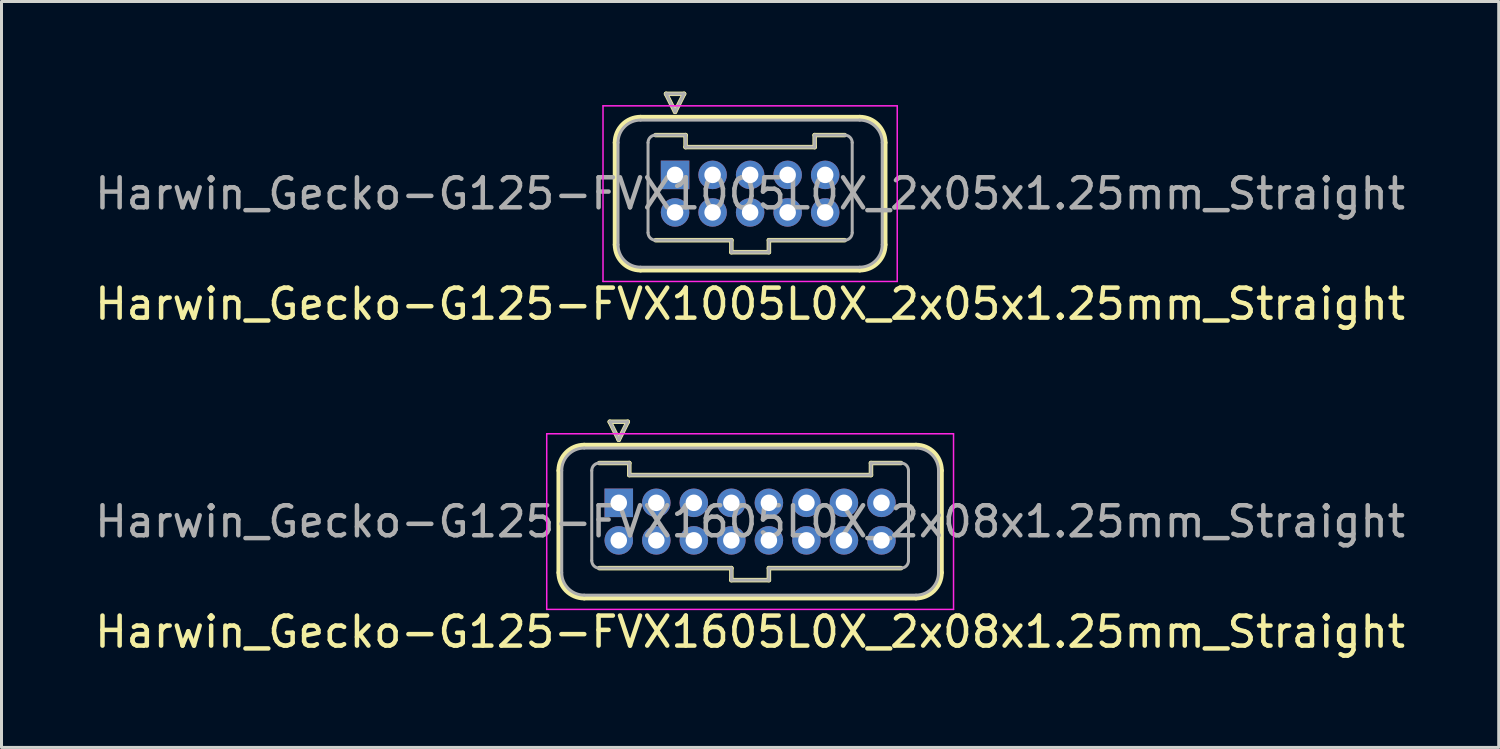
<source format=kicad_pcb>
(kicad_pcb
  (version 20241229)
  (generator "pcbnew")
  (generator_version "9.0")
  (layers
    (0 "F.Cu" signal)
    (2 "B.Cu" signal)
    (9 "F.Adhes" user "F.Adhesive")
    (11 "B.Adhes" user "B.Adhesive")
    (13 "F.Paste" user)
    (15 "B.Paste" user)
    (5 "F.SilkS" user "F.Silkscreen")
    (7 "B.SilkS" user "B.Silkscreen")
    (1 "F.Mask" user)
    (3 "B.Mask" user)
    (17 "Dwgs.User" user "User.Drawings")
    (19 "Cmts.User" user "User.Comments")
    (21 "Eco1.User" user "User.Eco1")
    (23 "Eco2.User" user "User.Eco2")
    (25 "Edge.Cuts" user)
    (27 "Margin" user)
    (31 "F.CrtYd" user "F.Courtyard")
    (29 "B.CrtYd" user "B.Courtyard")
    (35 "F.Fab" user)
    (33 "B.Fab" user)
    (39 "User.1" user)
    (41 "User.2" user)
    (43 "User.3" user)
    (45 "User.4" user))
  (footprint "Harwin_Gecko-G125-FVX1005L0X_2x05x1.25mm_Straight"
    (layer "F.Cu")
    (at 19.435 2.775)
    (property "Reference" "Harwin_Gecko-G125-FVX1005L0X_2x05x1.25mm_Straight" (at 2.5 4.3 0) (layer "F.SilkS") (effects (font (size 1 1) (thickness 0.15))))
    (attr through_hole)
    (fp_line (start -2 -1.075) (end -2 2.325) (stroke (width 0.15) (type solid)) (layer "F.SilkS"))
    (fp_line (start -1.15 -1.925) (end 6.15 -1.925) (stroke (width 0.15) (type solid)) (layer "F.SilkS"))
    (fp_line (start -1.15 3.175) (end 6.15 3.175) (stroke (width 0.15) (type solid)) (layer "F.SilkS"))
    (fp_line (start -0.65 -1.325) (end 0.35 -1.325) (stroke (width 0.15) (type solid)) (layer "F.SilkS"))
    (fp_line (start -0.65 2.175) (end 1.875 2.175) (stroke (width 0.15) (type solid)) (layer "F.SilkS"))
    (fp_line (start -0.3 -2.7) (end 0.3 -2.7) (stroke (width 0.15) (type solid)) (layer "F.SilkS"))
    (fp_line (start 0 -2.1) (end -0.3 -2.7) (stroke (width 0.15) (type solid)) (layer "F.SilkS"))
    (fp_line (start 0.3 -2.7) (end 0 -2.1) (stroke (width 0.15) (type solid)) (layer "F.SilkS"))
    (fp_line (start 0.35 -1.325) (end 0.35 -0.925) (stroke (width 0.15) (type solid)) (layer "F.SilkS"))
    (fp_line (start 0.35 -0.925) (end 4.65 -0.925) (stroke (width 0.15) (type solid)) (layer "F.SilkS"))
    (fp_line (start 1.875 2.175) (end 1.875 2.575) (stroke (width 0.15) (type solid)) (layer "F.SilkS"))
    (fp_line (start 1.875 2.575) (end 3.125 2.575) (stroke (width 0.15) (type solid)) (layer "F.SilkS"))
    (fp_line (start 3.125 2.175) (end 5.65 2.175) (stroke (width 0.15) (type solid)) (layer "F.SilkS"))
    (fp_line (start 3.125 2.575) (end 3.125 2.175) (stroke (width 0.15) (type solid)) (layer "F.SilkS"))
    (fp_line (start 4.65 -1.325) (end 5.65 -1.325) (stroke (width 0.15) (type solid)) (layer "F.SilkS"))
    (fp_line (start 4.65 -0.925) (end 4.65 -1.325) (stroke (width 0.15) (type solid)) (layer "F.SilkS"))
    (fp_line (start 7 -1.075) (end 7 2.325) (stroke (width 0.15) (type solid)) (layer "F.SilkS"))
    (fp_arc (start -2 -1.075) (mid -1.751041 -1.676041) (end -1.15 -1.925) (stroke (width 0.15) (type solid)) (layer "F.SilkS"))
    (fp_arc (start -1.15 3.175) (mid -1.751041 2.926041) (end -2 2.325) (stroke (width 0.15) (type solid)) (layer "F.SilkS"))
    (fp_arc (start 6.15 -1.925) (mid 6.751041 -1.676041) (end 7 -1.075) (stroke (width 0.15) (type solid)) (layer "F.SilkS"))
    (fp_arc (start 7 2.325) (mid 6.751041 2.926041) (end 6.15 3.175) (stroke (width 0.15) (type solid)) (layer "F.SilkS"))
    (fp_line (start -2.4 -2.3) (end -2.4 3.55) (stroke (width 0.05) (type solid)) (layer "F.CrtYd"))
    (fp_line (start -2.4 3.55) (end 7.4 3.55) (stroke (width 0.05) (type solid)) (layer "F.CrtYd"))
    (fp_line (start 7.4 -2.3) (end -2.4 -2.3) (stroke (width 0.05) (type solid)) (layer "F.CrtYd"))
    (fp_line (start 7.4 3.55) (end 7.4 -2.3) (stroke (width 0.05) (type solid)) (layer "F.CrtYd"))
    (fp_line (start -1.9 -1.075) (end -1.9 2.325) (stroke (width 0.1) (type solid)) (layer "F.Fab"))
    (fp_line (start -1.15 -1.825) (end 6.15 -1.825) (stroke (width 0.1) (type solid)) (layer "F.Fab"))
    (fp_line (start -1.15 3.075) (end 6.15 3.075) (stroke (width 0.1) (type solid)) (layer "F.Fab"))
    (fp_line (start -0.9 -1.075) (end -0.9 1.925) (stroke (width 0.1) (type solid)) (layer "F.Fab"))
    (fp_line (start -0.65 -1.325) (end 0.35 -1.325) (stroke (width 0.1) (type solid)) (layer "F.Fab"))
    (fp_line (start -0.65 2.175) (end 1.875 2.175) (stroke (width 0.1) (type solid)) (layer "F.Fab"))
    (fp_line (start -0.3 -2.7) (end 0.3 -2.7) (stroke (width 0.1) (type solid)) (layer "F.Fab"))
    (fp_line (start 0 -2.1) (end -0.3 -2.7) (stroke (width 0.1) (type solid)) (layer "F.Fab"))
    (fp_line (start 0.3 -2.7) (end 0 -2.1) (stroke (width 0.1) (type solid)) (layer "F.Fab"))
    (fp_line (start 0.35 -1.325) (end 0.35 -0.925) (stroke (width 0.1) (type solid)) (layer "F.Fab"))
    (fp_line (start 0.35 -0.925) (end 4.65 -0.925) (stroke (width 0.1) (type solid)) (layer "F.Fab"))
    (fp_line (start 1.875 2.175) (end 1.875 2.575) (stroke (width 0.1) (type solid)) (layer "F.Fab"))
    (fp_line (start 1.875 2.575) (end 3.125 2.575) (stroke (width 0.1) (type solid)) (layer "F.Fab"))
    (fp_line (start 3.125 2.175) (end 5.65 2.175) (stroke (width 0.1) (type solid)) (layer "F.Fab"))
    (fp_line (start 3.125 2.575) (end 3.125 2.175) (stroke (width 0.1) (type solid)) (layer "F.Fab"))
    (fp_line (start 4.65 -1.325) (end 5.65 -1.325) (stroke (width 0.1) (type solid)) (layer "F.Fab"))
    (fp_line (start 4.65 -0.925) (end 4.65 -1.325) (stroke (width 0.1) (type solid)) (layer "F.Fab"))
    (fp_line (start 5.9 -1.075) (end 5.9 1.925) (stroke (width 0.1) (type solid)) (layer "F.Fab"))
    (fp_line (start 6.9 -1.075) (end 6.9 2.325) (stroke (width 0.1) (type solid)) (layer "F.Fab"))
    (fp_arc (start -1.9 -1.075) (mid -1.68033 -1.60533) (end -1.15 -1.825) (stroke (width 0.1) (type solid)) (layer "F.Fab"))
    (fp_arc (start -1.15 3.075) (mid -1.68033 2.85533) (end -1.9 2.325) (stroke (width 0.1) (type solid)) (layer "F.Fab"))
    (fp_arc (start -0.9 -1.075) (mid -0.826777 -1.251777) (end -0.65 -1.325) (stroke (width 0.1) (type solid)) (layer "F.Fab"))
    (fp_arc (start -0.65 2.175) (mid -0.826777 2.101777) (end -0.9 1.925) (stroke (width 0.1) (type solid)) (layer "F.Fab"))
    (fp_arc (start 5.65 -1.325) (mid 5.826777 -1.251777) (end 5.9 -1.075) (stroke (width 0.1) (type solid)) (layer "F.Fab"))
    (fp_arc (start 5.9 1.925) (mid 5.826777 2.101777) (end 5.65 2.175) (stroke (width 0.1) (type solid)) (layer "F.Fab"))
    (fp_arc (start 6.15 -1.825) (mid 6.68033 -1.60533) (end 6.9 -1.075) (stroke (width 0.1) (type solid)) (layer "F.Fab"))
    (fp_arc (start 6.9 2.325) (mid 6.68033 2.85533) (end 6.15 3.075) (stroke (width 0.1) (type solid)) (layer "F.Fab"))
    (fp_text user "${REFERENCE}" (at 2.5 0.625 0) (layer "F.Fab") (effects (font (size 1 1) (thickness 0.15))))
    (pad "1" thru_hole rect (at 0 0) (size 0.95 0.95) (drill 0.55) (layers "*.Cu" "*.Mask"))
    (pad "2" thru_hole circle (at 1.25 0) (size 0.95 0.95) (drill 0.55) (layers "*.Cu" "*.Mask"))
    (pad "3" thru_hole circle (at 2.5 0) (size 0.95 0.95) (drill 0.55) (layers "*.Cu" "*.Mask"))
    (pad "4" thru_hole circle (at 3.75 0) (size 0.95 0.95) (drill 0.55) (layers "*.Cu" "*.Mask"))
    (pad "5" thru_hole circle (at 5 0) (size 0.95 0.95) (drill 0.55) (layers "*.Cu" "*.Mask"))
    (pad "6" thru_hole circle (at 0 1.25) (size 0.95 0.95) (drill 0.55) (layers "*.Cu" "*.Mask"))
    (pad "7" thru_hole circle (at 1.25 1.25) (size 0.95 0.95) (drill 0.55) (layers "*.Cu" "*.Mask"))
    (pad "8" thru_hole circle (at 2.5 1.25) (size 0.95 0.95) (drill 0.55) (layers "*.Cu" "*.Mask"))
    (pad "9" thru_hole circle (at 3.75 1.25) (size 0.95 0.95) (drill 0.55) (layers "*.Cu" "*.Mask"))
    (pad "10" thru_hole circle (at 5 1.25) (size 0.95 0.95) (drill 0.55) (layers "*.Cu" "*.Mask")))
  (footprint "Harwin_Gecko-G125-FVX1605L0X_2x08x1.25mm_Straight"
    (layer "F.Cu")
    (at 17.56 13.698)
    (property "Reference" "Harwin_Gecko-G125-FVX1605L0X_2x08x1.25mm_Straight" (at 4.375 4.3 0) (layer "F.SilkS") (effects (font (size 1 1) (thickness 0.15))))
    (attr through_hole)
    (fp_line (start -2 -1.075) (end -2 2.325) (stroke (width 0.15) (type solid)) (layer "F.SilkS"))
    (fp_line (start -1.15 -1.925) (end 9.9 -1.925) (stroke (width 0.15) (type solid)) (layer "F.SilkS"))
    (fp_line (start -1.15 3.175) (end 9.9 3.175) (stroke (width 0.15) (type solid)) (layer "F.SilkS"))
    (fp_line (start -0.65 -1.325) (end 0.35 -1.325) (stroke (width 0.15) (type solid)) (layer "F.SilkS"))
    (fp_line (start -0.65 2.175) (end 3.75 2.175) (stroke (width 0.15) (type solid)) (layer "F.SilkS"))
    (fp_line (start -0.3 -2.7) (end 0.3 -2.7) (stroke (width 0.15) (type solid)) (layer "F.SilkS"))
    (fp_line (start 0 -2.1) (end -0.3 -2.7) (stroke (width 0.15) (type solid)) (layer "F.SilkS"))
    (fp_line (start 0.3 -2.7) (end 0 -2.1) (stroke (width 0.15) (type solid)) (layer "F.SilkS"))
    (fp_line (start 0.35 -1.325) (end 0.35 -0.925) (stroke (width 0.15) (type solid)) (layer "F.SilkS"))
    (fp_line (start 0.35 -0.925) (end 8.4 -0.925) (stroke (width 0.15) (type solid)) (layer "F.SilkS"))
    (fp_line (start 3.75 2.175) (end 3.75 2.575) (stroke (width 0.15) (type solid)) (layer "F.SilkS"))
    (fp_line (start 3.75 2.575) (end 5 2.575) (stroke (width 0.15) (type solid)) (layer "F.SilkS"))
    (fp_line (start 5 2.175) (end 9.4 2.175) (stroke (width 0.15) (type solid)) (layer "F.SilkS"))
    (fp_line (start 5 2.575) (end 5 2.175) (stroke (width 0.15) (type solid)) (layer "F.SilkS"))
    (fp_line (start 8.4 -1.325) (end 9.4 -1.325) (stroke (width 0.15) (type solid)) (layer "F.SilkS"))
    (fp_line (start 8.4 -0.925) (end 8.4 -1.325) (stroke (width 0.15) (type solid)) (layer "F.SilkS"))
    (fp_line (start 10.75 -1.075) (end 10.75 2.325) (stroke (width 0.15) (type solid)) (layer "F.SilkS"))
    (fp_arc (start -2 -1.075) (mid -1.751041 -1.676041) (end -1.15 -1.925) (stroke (width 0.15) (type solid)) (layer "F.SilkS"))
    (fp_arc (start -1.15 3.175) (mid -1.751041 2.926041) (end -2 2.325) (stroke (width 0.15) (type solid)) (layer "F.SilkS"))
    (fp_arc (start 9.9 -1.925) (mid 10.501041 -1.676041) (end 10.75 -1.075) (stroke (width 0.15) (type solid)) (layer "F.SilkS"))
    (fp_arc (start 10.75 2.325) (mid 10.501041 2.926041) (end 9.9 3.175) (stroke (width 0.15) (type solid)) (layer "F.SilkS"))
    (fp_line (start -2.4 -2.3) (end -2.4 3.55) (stroke (width 0.05) (type solid)) (layer "F.CrtYd"))
    (fp_line (start -2.4 3.55) (end 11.15 3.55) (stroke (width 0.05) (type solid)) (layer "F.CrtYd"))
    (fp_line (start 11.15 -2.3) (end -2.4 -2.3) (stroke (width 0.05) (type solid)) (layer "F.CrtYd"))
    (fp_line (start 11.15 3.55) (end 11.15 -2.3) (stroke (width 0.05) (type solid)) (layer "F.CrtYd"))
    (fp_line (start -1.9 -1.075) (end -1.9 2.325) (stroke (width 0.1) (type solid)) (layer "F.Fab"))
    (fp_line (start -1.15 -1.825) (end 9.9 -1.825) (stroke (width 0.1) (type solid)) (layer "F.Fab"))
    (fp_line (start -1.15 3.075) (end 9.9 3.075) (stroke (width 0.1) (type solid)) (layer "F.Fab"))
    (fp_line (start -0.9 -1.075) (end -0.9 1.925) (stroke (width 0.1) (type solid)) (layer "F.Fab"))
    (fp_line (start -0.65 -1.325) (end 0.35 -1.325) (stroke (width 0.1) (type solid)) (layer "F.Fab"))
    (fp_line (start -0.65 2.175) (end 3.75 2.175) (stroke (width 0.1) (type solid)) (layer "F.Fab"))
    (fp_line (start -0.3 -2.7) (end 0.3 -2.7) (stroke (width 0.1) (type solid)) (layer "F.Fab"))
    (fp_line (start 0 -2.1) (end -0.3 -2.7) (stroke (width 0.1) (type solid)) (layer "F.Fab"))
    (fp_line (start 0.3 -2.7) (end 0 -2.1) (stroke (width 0.1) (type solid)) (layer "F.Fab"))
    (fp_line (start 0.35 -1.325) (end 0.35 -0.925) (stroke (width 0.1) (type solid)) (layer "F.Fab"))
    (fp_line (start 0.35 -0.925) (end 8.4 -0.925) (stroke (width 0.1) (type solid)) (layer "F.Fab"))
    (fp_line (start 3.75 2.175) (end 3.75 2.575) (stroke (width 0.1) (type solid)) (layer "F.Fab"))
    (fp_line (start 3.75 2.575) (end 5 2.575) (stroke (width 0.1) (type solid)) (layer "F.Fab"))
    (fp_line (start 5 2.175) (end 9.4 2.175) (stroke (width 0.1) (type solid)) (layer "F.Fab"))
    (fp_line (start 5 2.575) (end 5 2.175) (stroke (width 0.1) (type solid)) (layer "F.Fab"))
    (fp_line (start 8.4 -1.325) (end 9.4 -1.325) (stroke (width 0.1) (type solid)) (layer "F.Fab"))
    (fp_line (start 8.4 -0.925) (end 8.4 -1.325) (stroke (width 0.1) (type solid)) (layer "F.Fab"))
    (fp_line (start 9.65 -1.075) (end 9.65 1.925) (stroke (width 0.1) (type solid)) (layer "F.Fab"))
    (fp_line (start 10.65 -1.075) (end 10.65 2.325) (stroke (width 0.1) (type solid)) (layer "F.Fab"))
    (fp_arc (start -1.9 -1.075) (mid -1.68033 -1.60533) (end -1.15 -1.825) (stroke (width 0.1) (type solid)) (layer "F.Fab"))
    (fp_arc (start -1.15 3.075) (mid -1.68033 2.85533) (end -1.9 2.325) (stroke (width 0.1) (type solid)) (layer "F.Fab"))
    (fp_arc (start -0.9 -1.075) (mid -0.826777 -1.251777) (end -0.65 -1.325) (stroke (width 0.1) (type solid)) (layer "F.Fab"))
    (fp_arc (start -0.65 2.175) (mid -0.826777 2.101777) (end -0.9 1.925) (stroke (width 0.1) (type solid)) (layer "F.Fab"))
    (fp_arc (start 9.4 -1.325) (mid 9.576777 -1.251777) (end 9.65 -1.075) (stroke (width 0.1) (type solid)) (layer "F.Fab"))
    (fp_arc (start 9.65 1.925) (mid 9.576777 2.101777) (end 9.4 2.175) (stroke (width 0.1) (type solid)) (layer "F.Fab"))
    (fp_arc (start 9.9 -1.825) (mid 10.43033 -1.60533) (end 10.65 -1.075) (stroke (width 0.1) (type solid)) (layer "F.Fab"))
    (fp_arc (start 10.65 2.325) (mid 10.43033 2.85533) (end 9.9 3.075) (stroke (width 0.1) (type solid)) (layer "F.Fab"))
    (fp_text user "${REFERENCE}" (at 4.375 0.625 0) (layer "F.Fab") (effects (font (size 1 1) (thickness 0.15))))
    (pad "1" thru_hole rect (at 0 0) (size 0.95 0.95) (drill 0.55) (layers "*.Cu" "*.Mask"))
    (pad "2" thru_hole circle (at 1.25 0) (size 0.95 0.95) (drill 0.55) (layers "*.Cu" "*.Mask"))
    (pad "3" thru_hole circle (at 2.5 0) (size 0.95 0.95) (drill 0.55) (layers "*.Cu" "*.Mask"))
    (pad "4" thru_hole circle (at 3.75 0) (size 0.95 0.95) (drill 0.55) (layers "*.Cu" "*.Mask"))
    (pad "5" thru_hole circle (at 5 0) (size 0.95 0.95) (drill 0.55) (layers "*.Cu" "*.Mask"))
    (pad "6" thru_hole circle (at 6.25 0) (size 0.95 0.95) (drill 0.55) (layers "*.Cu" "*.Mask"))
    (pad "7" thru_hole circle (at 7.5 0) (size 0.95 0.95) (drill 0.55) (layers "*.Cu" "*.Mask"))
    (pad "8" thru_hole circle (at 8.75 0) (size 0.95 0.95) (drill 0.55) (layers "*.Cu" "*.Mask"))
    (pad "9" thru_hole circle (at 0 1.25) (size 0.95 0.95) (drill 0.55) (layers "*.Cu" "*.Mask"))
    (pad "10" thru_hole circle (at 1.25 1.25) (size 0.95 0.95) (drill 0.55) (layers "*.Cu" "*.Mask"))
    (pad "11" thru_hole circle (at 2.5 1.25) (size 0.95 0.95) (drill 0.55) (layers "*.Cu" "*.Mask"))
    (pad "12" thru_hole circle (at 3.75 1.25) (size 0.95 0.95) (drill 0.55) (layers "*.Cu" "*.Mask"))
    (pad "13" thru_hole circle (at 5 1.25) (size 0.95 0.95) (drill 0.55) (layers "*.Cu" "*.Mask"))
    (pad "14" thru_hole circle (at 6.25 1.25) (size 0.95 0.95) (drill 0.55) (layers "*.Cu" "*.Mask"))
    (pad "15" thru_hole circle (at 7.5 1.25) (size 0.95 0.95) (drill 0.55) (layers "*.Cu" "*.Mask"))
    (pad "16" thru_hole circle (at 8.75 1.25) (size 0.95 0.95) (drill 0.55) (layers "*.Cu" "*.Mask")))
  (gr_rect
    (start -3 -3)
    (end 46.869 21.846)
    (stroke (width 0.1) (type default))
    (fill no)
    (layer "Edge.Cuts")))
</source>
